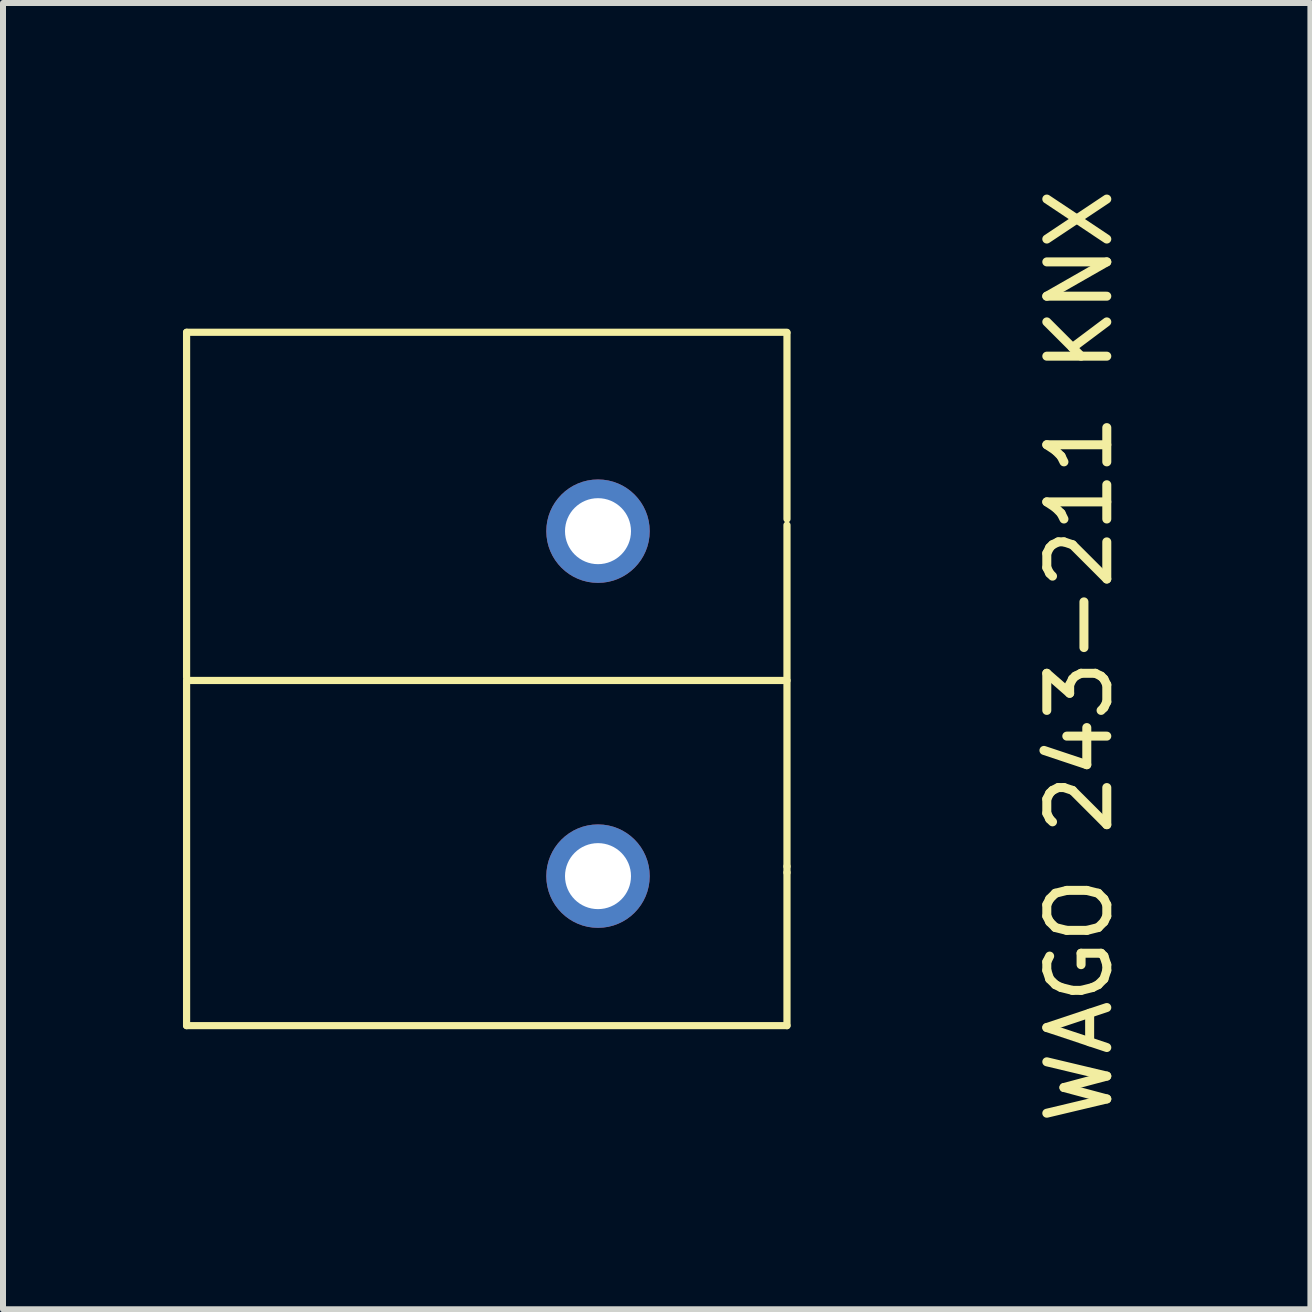
<source format=kicad_pcb>
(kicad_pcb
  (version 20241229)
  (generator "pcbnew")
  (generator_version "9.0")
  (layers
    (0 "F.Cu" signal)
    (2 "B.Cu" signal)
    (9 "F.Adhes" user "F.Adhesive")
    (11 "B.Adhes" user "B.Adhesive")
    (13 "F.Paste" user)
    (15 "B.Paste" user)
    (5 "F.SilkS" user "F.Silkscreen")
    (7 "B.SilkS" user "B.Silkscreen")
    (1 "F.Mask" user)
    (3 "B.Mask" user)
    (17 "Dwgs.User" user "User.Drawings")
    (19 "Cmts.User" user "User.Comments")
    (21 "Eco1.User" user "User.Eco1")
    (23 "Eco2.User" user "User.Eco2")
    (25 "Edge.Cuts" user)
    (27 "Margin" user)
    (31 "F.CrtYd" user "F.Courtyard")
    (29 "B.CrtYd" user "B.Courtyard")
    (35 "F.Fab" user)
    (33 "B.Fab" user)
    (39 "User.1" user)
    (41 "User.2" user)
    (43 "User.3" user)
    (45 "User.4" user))
  (footprint "WAGO 243-211 KNX"
    (layer "F.Cu")
    (at 6.918 5.804)
    (property "Reference" "WAGO 243-211 KNX" (at 8.026 2.083 90) (layer "F.SilkS") (effects (font (size 1 1) (thickness 0.15))))
    (attr through_hole)
    (fp_line (start -6.858 -3.315) (end -6.858 2.438) (stroke (width 0.12) (type solid)) (layer "F.SilkS"))
    (fp_line (start -6.858 2.489) (end -6.858 8.242) (stroke (width 0.12) (type solid)) (layer "F.SilkS"))
    (fp_line (start -6.858 8.242) (end 3.15 8.242) (stroke (width 0.12) (type solid)) (layer "F.SilkS"))
    (fp_line (start 3.15 -3.315) (end -6.858 -3.315) (stroke (width 0.12) (type solid)) (layer "F.SilkS"))
    (fp_line (start 3.15 -0.203) (end 3.15 -3.302) (stroke (width 0.12) (type solid)) (layer "F.SilkS"))
    (fp_line (start 3.15 2.451) (end 3.15 -0.102) (stroke (width 0.12) (type solid)) (layer "F.SilkS"))
    (fp_line (start 3.15 2.489) (end -6.858 2.489) (stroke (width 0.12) (type solid)) (layer "F.SilkS"))
    (fp_line (start 3.15 5.588) (end 3.15 2.489) (stroke (width 0.12) (type solid)) (layer "F.SilkS"))
    (fp_line (start 3.15 5.69) (end 3.15 5.588) (stroke (width 0.12) (type solid)) (layer "F.SilkS"))
    (fp_line (start 3.15 8.242) (end 3.15 5.69) (stroke (width 0.12) (type solid)) (layer "F.SilkS"))
    (pad "1" thru_hole circle (at 0 0) (size 1.724 1.724) (drill 1.1) (layers "*.Cu" "*.Mask"))
    (pad "2" thru_hole circle (at 0 5.75) (size 1.724 1.724) (drill 1.1) (layers "*.Cu" "*.Mask")))
  (gr_rect
    (start -3 -3)
    (end 18.793 18.774)
    (stroke (width 0.1) (type default))
    (fill no)
    (layer "Edge.Cuts")))
</source>
